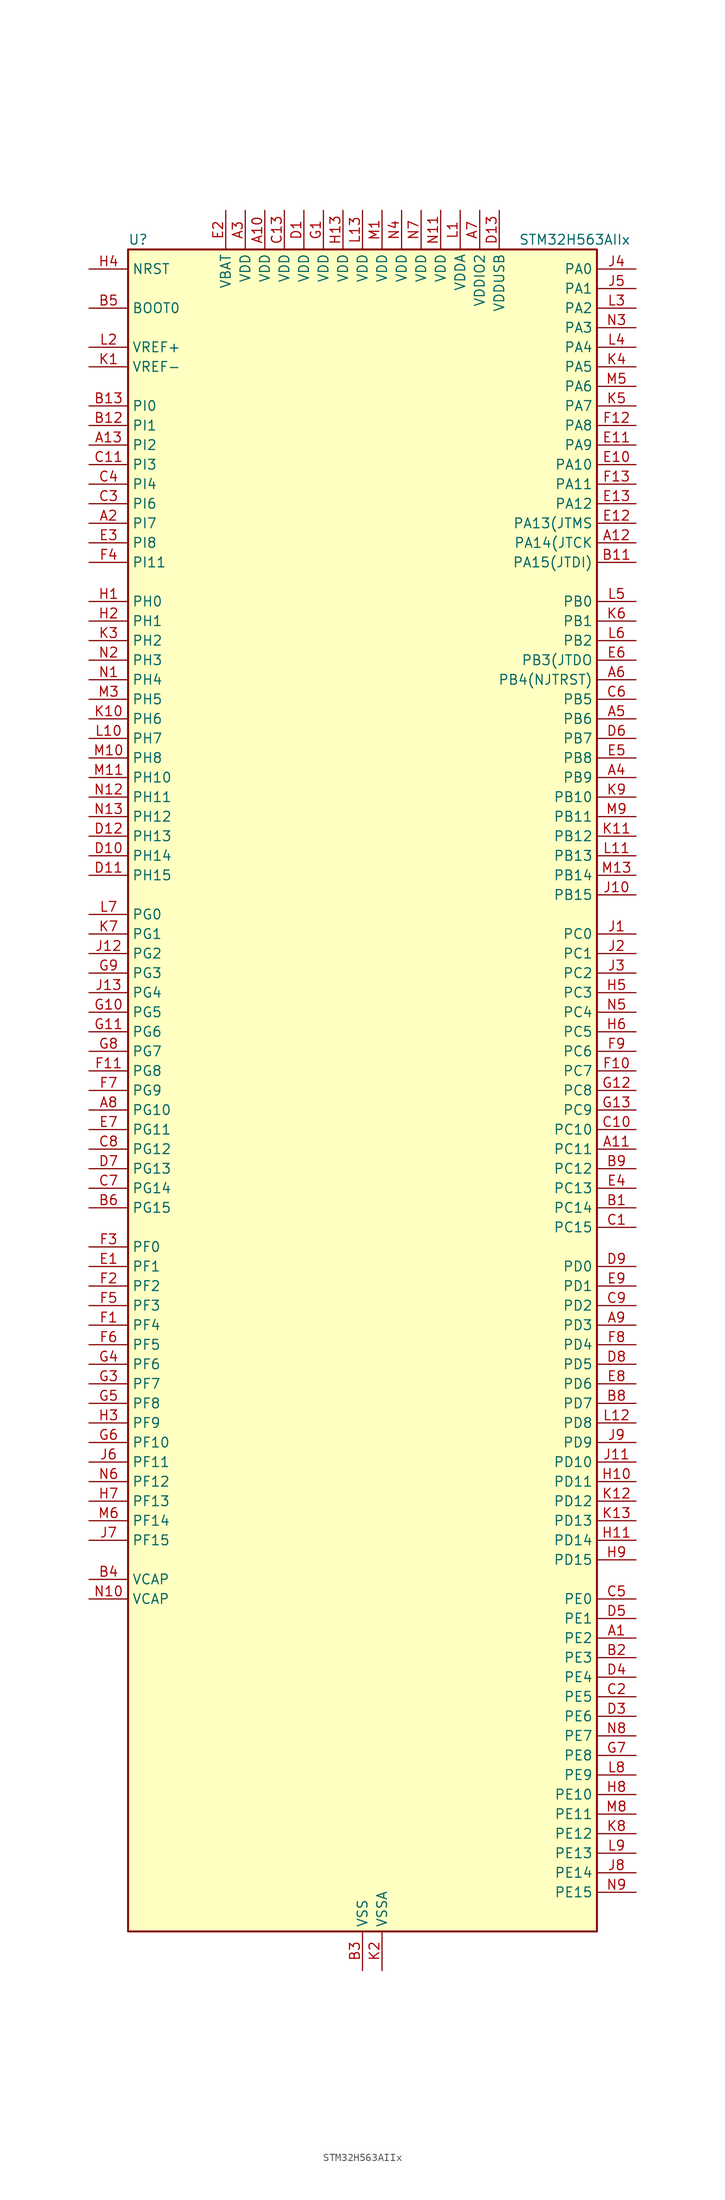
<source format=kicad_sym>
(kicad_symbol_lib
  (version 20231120)
  (generator "kicad_symbol_editor")
  (generator_version "8.0")
  (symbol "STM32H563AIIx"
    (property "Reference" "U"
      (at -30.48 110.49 0)
      (effects (font (size 1.27 1.27)) (justify left)))
    (property "Value" "STM32H563AIIx"
      (at 20.32 110.49 0)
      (effects (font (size 1.27 1.27)) (justify left)))
    (property "ki_locked" ""
      (at 0 0 0)
      (effects (font (size 1.27 1.27))))
    (symbol "STM32H563AIIx_0_1"
      (rectangle (start -30.48 -109.22) (end 30.48 109.22) (stroke (width 0.254) (type default)) (fill (type background))))
    (symbol "STM32H563AIIx_1_1"
      (pin bidirectional line (at 35.56 -71.12 180) (length 5.08) (name "PE2" (effects (font (size 1.27 1.27)))) (number "A1" (effects (font (size 1.27 1.27)))) (alternate "DCMI_D3" bidirectional line) (alternate "DEBUG_TRACECLK" bidirectional line) (alternate "ETH_TXD3" bidirectional line) (alternate "FMC_A23" bidirectional line) (alternate "LPTIM1_IN2" bidirectional line) (alternate "OCTOSPI1_IO2" bidirectional line) (alternate "PSSI_D3" bidirectional line) (alternate "SAI1_CK1" bidirectional line) (alternate "SAI1_MCLK_A" bidirectional line) (alternate "SPI4_SCK" bidirectional line) (alternate "UART8_TX" bidirectional line) (alternate "USART10_RX" bidirectional line))
      (pin power_in line (at -12.7 114.3 270) (length 5.08) (name "VDD" (effects (font (size 1.27 1.27)))) (number "A10" (effects (font (size 1.27 1.27)))))
      (pin bidirectional line (at 35.56 -7.62 180) (length 5.08) (name "PC11" (effects (font (size 1.27 1.27)))) (number "A11" (effects (font (size 1.27 1.27)))) (alternate "ADC1_EXTI11" bidirectional line) (alternate "ADC2_EXTI11" bidirectional line) (alternate "DCMI_D4" bidirectional line) (alternate "I2S3_SDI" bidirectional line) (alternate "LPTIM3_IN1" bidirectional line) (alternate "OCTOSPI1_NCS" bidirectional line) (alternate "PSSI_D4" bidirectional line) (alternate "SDMMC1_D3" bidirectional line) (alternate "SPI3_MISO" bidirectional line) (alternate "UART4_RX" bidirectional line) (alternate "USART3_RX" bidirectional line))
      (pin bidirectional line (at 35.56 71.12 180) (length 5.08) (name "PA14(JTCK" (effects (font (size 1.27 1.27)))) (number "A12" (effects (font (size 1.27 1.27)))) (alternate "DEBUG_JTCK-SWCLK" bidirectional line))
      (pin bidirectional line (at -35.56 83.82 0) (length 5.08) (name "PI2" (effects (font (size 1.27 1.27)))) (number "A13" (effects (font (size 1.27 1.27)))) (alternate "DCMI_D9" bidirectional line) (alternate "I2S2_SDI" bidirectional line) (alternate "PSSI_D9" bidirectional line) (alternate "SPI2_MISO" bidirectional line) (alternate "TIM8_CH4" bidirectional line))
      (pin bidirectional line (at -35.56 73.66 0) (length 5.08) (name "PI7" (effects (font (size 1.27 1.27)))) (number "A2" (effects (font (size 1.27 1.27)))) (alternate "DCMI_D7" bidirectional line) (alternate "PSSI_D7" bidirectional line) (alternate "SAI2_FS_A" bidirectional line) (alternate "TIM8_CH3" bidirectional line))
      (pin power_in line (at -15.24 114.3 270) (length 5.08) (name "VDD" (effects (font (size 1.27 1.27)))) (number "A3" (effects (font (size 1.27 1.27)))))
      (pin bidirectional line (at 35.56 40.64 180) (length 5.08) (name "PB9" (effects (font (size 1.27 1.27)))) (number "A4" (effects (font (size 1.27 1.27)))) (alternate "DAC1_EXTI9" bidirectional line) (alternate "DCMI_D7" bidirectional line) (alternate "FDCAN1_TX" bidirectional line) (alternate "I2C1_SDA" bidirectional line) (alternate "I2C4_SDA" bidirectional line) (alternate "I2S2_WS" bidirectional line) (alternate "I3C1_SDA" bidirectional line) (alternate "PSSI_D7" bidirectional line) (alternate "SDMMC1_CDIR" bidirectional line) (alternate "SDMMC1_D5" bidirectional line) (alternate "SDMMC2_CKIN" bidirectional line) (alternate "SDMMC2_D5" bidirectional line) (alternate "SPI2_NSS" bidirectional line) (alternate "TIM17_CH1" bidirectional line) (alternate "TIM4_CH4" bidirectional line) (alternate "UART4_TX" bidirectional line))
      (pin bidirectional line (at 35.56 48.26 180) (length 5.08) (name "PB6" (effects (font (size 1.27 1.27)))) (number "A5" (effects (font (size 1.27 1.27)))) (alternate "CEC" bidirectional line) (alternate "DCMI_D5" bidirectional line) (alternate "FDCAN2_TX" bidirectional line) (alternate "FMC_SDNE1" bidirectional line) (alternate "I2C1_SCL" bidirectional line) (alternate "I2C4_SCL" bidirectional line) (alternate "I3C1_SCL" bidirectional line) (alternate "LPUART1_TX" bidirectional line) (alternate "OCTOSPI1_NCS" bidirectional line) (alternate "PSSI_D5" bidirectional line) (alternate "TIM16_CH1N" bidirectional line) (alternate "TIM4_CH1" bidirectional line) (alternate "UART5_TX" bidirectional line) (alternate "USART1_TX" bidirectional line))
      (pin bidirectional line (at 35.56 53.34 180) (length 5.08) (name "PB4(NJTRST)" (effects (font (size 1.27 1.27)))) (number "A6" (effects (font (size 1.27 1.27)))) (alternate "DCMI_D7" bidirectional line) (alternate "DEBUG_JTRST" bidirectional line) (alternate "I2S1_SDI" bidirectional line) (alternate "I2S2_WS" bidirectional line) (alternate "I2S3_SDI" bidirectional line) (alternate "LPTIM1_CH2" bidirectional line) (alternate "OCTOSPI1_CLK" bidirectional line) (alternate "PSSI_D7" bidirectional line) (alternate "SDMMC2_D3" bidirectional line) (alternate "SPI1_MISO" bidirectional line) (alternate "SPI2_NSS" bidirectional line) (alternate "SPI3_MISO" bidirectional line) (alternate "SPI6_MISO" bidirectional line) (alternate "TIM16_BKIN" bidirectional line) (alternate "TIM3_CH1" bidirectional line) (alternate "UART7_TX" bidirectional line))
      (pin power_in line (at 15.24 114.3 270) (length 5.08) (name "VDDIO2" (effects (font (size 1.27 1.27)))) (number "A7" (effects (font (size 1.27 1.27)))))
      (pin bidirectional line (at -35.56 -2.54 0) (length 5.08) (name "PG10" (effects (font (size 1.27 1.27)))) (number "A8" (effects (font (size 1.27 1.27)))) (alternate "DCMI_D2" bidirectional line) (alternate "FMC_NE3" bidirectional line) (alternate "I2S1_WS" bidirectional line) (alternate "PSSI_D2" bidirectional line) (alternate "SAI2_SD_B" bidirectional line) (alternate "SDMMC2_D1" bidirectional line) (alternate "SPI1_NSS" bidirectional line))
      (pin bidirectional line (at 35.56 -30.48 180) (length 5.08) (name "PD3" (effects (font (size 1.27 1.27)))) (number "A9" (effects (font (size 1.27 1.27)))) (alternate "DCMI_D5" bidirectional line) (alternate "FMC_CLK" bidirectional line) (alternate "I2S2_CK" bidirectional line) (alternate "PSSI_D5" bidirectional line) (alternate "PWR_WKUP8" bidirectional line) (alternate "SPI2_SCK" bidirectional line) (alternate "USART2_CTS" bidirectional line) (alternate "USART2_NSS" bidirectional line))
      (pin bidirectional line (at 35.56 -15.24 180) (length 5.08) (name "PC14" (effects (font (size 1.27 1.27)))) (number "B1" (effects (font (size 1.27 1.27)))) (alternate "RCC_OSC32_IN" bidirectional line))
      (pin passive line (at 0 -114.3 90) (length 5.08) hide (name "VSS" (effects (font (size 1.27 1.27)))) (number "B10" (effects (font (size 1.27 1.27)))))
      (pin bidirectional line (at 35.56 68.58 180) (length 5.08) (name "PA15(JTDI)" (effects (font (size 1.27 1.27)))) (number "B11" (effects (font (size 1.27 1.27)))) (alternate "ADC1_EXTI15" bidirectional line) (alternate "ADC2_EXTI15" bidirectional line) (alternate "CEC" bidirectional line) (alternate "DCMI_D11" bidirectional line) (alternate "DEBUG_JTDI" bidirectional line) (alternate "FMC_NBL1" bidirectional line) (alternate "I2S1_WS" bidirectional line) (alternate "I2S3_WS" bidirectional line) (alternate "LPTIM3_IN2" bidirectional line) (alternate "PSSI_D11" bidirectional line) (alternate "SPI1_NSS" bidirectional line) (alternate "SPI3_NSS" bidirectional line) (alternate "SPI6_NSS" bidirectional line) (alternate "TIM2_CH1" bidirectional line) (alternate "TIM2_ETR" bidirectional line) (alternate "UART4_DE" bidirectional line) (alternate "UART4_RTS" bidirectional line) (alternate "UART7_TX" bidirectional line))
      (pin bidirectional line (at -35.56 86.36 0) (length 5.08) (name "PI1" (effects (font (size 1.27 1.27)))) (number "B12" (effects (font (size 1.27 1.27)))) (alternate "DCMI_D8" bidirectional line) (alternate "I2S2_CK" bidirectional line) (alternate "PSSI_D8" bidirectional line) (alternate "SPI2_SCK" bidirectional line) (alternate "TIM8_BKIN2" bidirectional line))
      (pin bidirectional line (at -35.56 88.9 0) (length 5.08) (name "PI0" (effects (font (size 1.27 1.27)))) (number "B13" (effects (font (size 1.27 1.27)))) (alternate "DCMI_D13" bidirectional line) (alternate "I2S2_WS" bidirectional line) (alternate "PSSI_D13" bidirectional line) (alternate "SPI2_NSS" bidirectional line) (alternate "TIM5_CH4" bidirectional line))
      (pin bidirectional line (at 35.56 -73.66 180) (length 5.08) (name "PE3" (effects (font (size 1.27 1.27)))) (number "B2" (effects (font (size 1.27 1.27)))) (alternate "DEBUG_TRACED0" bidirectional line) (alternate "FMC_A19" bidirectional line) (alternate "SAI1_SD_B" bidirectional line) (alternate "TAMP_IN6" bidirectional line) (alternate "TAMP_OUT3" bidirectional line) (alternate "TIM15_BKIN" bidirectional line) (alternate "USART10_TX" bidirectional line))
      (pin power_in line (at 0 -114.3 90) (length 5.08) (name "VSS" (effects (font (size 1.27 1.27)))) (number "B3" (effects (font (size 1.27 1.27)))))
      (pin power_out line (at -35.56 -63.5 0) (length 5.08) (name "VCAP" (effects (font (size 1.27 1.27)))) (number "B4" (effects (font (size 1.27 1.27)))))
      (pin input line (at -35.56 101.6 0) (length 5.08) (name "BOOT0" (effects (font (size 1.27 1.27)))) (number "B5" (effects (font (size 1.27 1.27)))))
      (pin bidirectional line (at -35.56 -15.24 0) (length 5.08) (name "PG15" (effects (font (size 1.27 1.27)))) (number "B6" (effects (font (size 1.27 1.27)))) (alternate "ADC1_EXTI15" bidirectional line) (alternate "ADC2_EXTI15" bidirectional line) (alternate "DCMI_D13" bidirectional line) (alternate "FMC_SDNCAS" bidirectional line) (alternate "PSSI_D13" bidirectional line) (alternate "SPI4_RDY" bidirectional line) (alternate "USART10_CK" bidirectional line) (alternate "USART6_CTS" bidirectional line) (alternate "USART6_NSS" bidirectional line))
      (pin passive line (at 0 -114.3 90) (length 5.08) hide (name "VSS" (effects (font (size 1.27 1.27)))) (number "B7" (effects (font (size 1.27 1.27)))))
      (pin bidirectional line (at 35.56 -40.64 180) (length 5.08) (name "PD7" (effects (font (size 1.27 1.27)))) (number "B8" (effects (font (size 1.27 1.27)))) (alternate "FMC_NCE" bidirectional line) (alternate "FMC_NE1" bidirectional line) (alternate "I2S1_SDO" bidirectional line) (alternate "LPTIM4_OUT" bidirectional line) (alternate "OCTOSPI1_IO7" bidirectional line) (alternate "SDMMC2_CMD" bidirectional line) (alternate "SPI1_MOSI" bidirectional line) (alternate "USART2_CK" bidirectional line))
      (pin bidirectional line (at 35.56 -10.16 180) (length 5.08) (name "PC12" (effects (font (size 1.27 1.27)))) (number "B9" (effects (font (size 1.27 1.27)))) (alternate "DCMI_D9" bidirectional line) (alternate "DEBUG_TRACED3" bidirectional line) (alternate "I2S3_SDO" bidirectional line) (alternate "PSSI_D9" bidirectional line) (alternate "SDMMC1_CK" bidirectional line) (alternate "SPI3_MOSI" bidirectional line) (alternate "SPI6_SCK" bidirectional line) (alternate "TIM15_CH1" bidirectional line) (alternate "UART5_TX" bidirectional line) (alternate "USART3_CK" bidirectional line))
      (pin bidirectional line (at 35.56 -17.78 180) (length 5.08) (name "PC15" (effects (font (size 1.27 1.27)))) (number "C1" (effects (font (size 1.27 1.27)))) (alternate "ADC1_EXTI15" bidirectional line) (alternate "ADC2_EXTI15" bidirectional line) (alternate "RCC_OSC32_OUT" bidirectional line))
      (pin bidirectional line (at 35.56 -5.08 180) (length 5.08) (name "PC10" (effects (font (size 1.27 1.27)))) (number "C10" (effects (font (size 1.27 1.27)))) (alternate "DCMI_D8" bidirectional line) (alternate "ETH_TXD0" bidirectional line) (alternate "I2S3_CK" bidirectional line) (alternate "LPTIM3_ETR" bidirectional line) (alternate "OCTOSPI1_IO1" bidirectional line) (alternate "PSSI_D8" bidirectional line) (alternate "SDMMC1_D2" bidirectional line) (alternate "SPI3_SCK" bidirectional line) (alternate "UART4_TX" bidirectional line) (alternate "USART3_TX" bidirectional line))
      (pin bidirectional line (at -35.56 81.28 0) (length 5.08) (name "PI3" (effects (font (size 1.27 1.27)))) (number "C11" (effects (font (size 1.27 1.27)))) (alternate "DCMI_D10" bidirectional line) (alternate "I2S2_SDO" bidirectional line) (alternate "PSSI_D10" bidirectional line) (alternate "SPI2_MOSI" bidirectional line) (alternate "TIM8_ETR" bidirectional line))
      (pin passive line (at 0 -114.3 90) (length 5.08) hide (name "VSS" (effects (font (size 1.27 1.27)))) (number "C12" (effects (font (size 1.27 1.27)))))
      (pin power_in line (at -10.16 114.3 270) (length 5.08) (name "VDD" (effects (font (size 1.27 1.27)))) (number "C13" (effects (font (size 1.27 1.27)))))
      (pin bidirectional line (at 35.56 -78.74 180) (length 5.08) (name "PE5" (effects (font (size 1.27 1.27)))) (number "C2" (effects (font (size 1.27 1.27)))) (alternate "DCMI_D6" bidirectional line) (alternate "DEBUG_TRACED2" bidirectional line) (alternate "FMC_A21" bidirectional line) (alternate "PSSI_D6" bidirectional line) (alternate "SAI1_CK2" bidirectional line) (alternate "SAI1_SCK_A" bidirectional line) (alternate "SPI4_MISO" bidirectional line) (alternate "TAMP_IN8" bidirectional line) (alternate "TAMP_OUT7" bidirectional line) (alternate "TIM15_CH1" bidirectional line))
      (pin bidirectional line (at -35.56 76.2 0) (length 5.08) (name "PI6" (effects (font (size 1.27 1.27)))) (number "C3" (effects (font (size 1.27 1.27)))) (alternate "DCMI_D6" bidirectional line) (alternate "PSSI_D6" bidirectional line) (alternate "SAI2_SD_A" bidirectional line) (alternate "TIM8_CH2" bidirectional line))
      (pin bidirectional line (at -35.56 78.74 0) (length 5.08) (name "PI4" (effects (font (size 1.27 1.27)))) (number "C4" (effects (font (size 1.27 1.27)))) (alternate "DCMI_D5" bidirectional line) (alternate "PSSI_D5" bidirectional line) (alternate "SAI2_MCLK_A" bidirectional line) (alternate "SPI2_RDY" bidirectional line) (alternate "TIM8_BKIN" bidirectional line))
      (pin bidirectional line (at 35.56 -66.04 180) (length 5.08) (name "PE0" (effects (font (size 1.27 1.27)))) (number "C5" (effects (font (size 1.27 1.27)))) (alternate "DCMI_D2" bidirectional line) (alternate "FDCAN1_RX" bidirectional line) (alternate "FMC_NBL0" bidirectional line) (alternate "LPTIM1_ETR" bidirectional line) (alternate "LPTIM2_CH2" bidirectional line) (alternate "LPTIM2_ETR" bidirectional line) (alternate "PSSI_D2" bidirectional line) (alternate "SAI2_MCLK_A" bidirectional line) (alternate "SPI3_RDY" bidirectional line) (alternate "TIM4_ETR" bidirectional line) (alternate "UART8_RX" bidirectional line))
      (pin bidirectional line (at 35.56 50.8 180) (length 5.08) (name "PB5" (effects (font (size 1.27 1.27)))) (number "C6" (effects (font (size 1.27 1.27)))) (alternate "DCMI_D10" bidirectional line) (alternate "ETH_PPS_OUT" bidirectional line) (alternate "FDCAN2_RX" bidirectional line) (alternate "FMC_SDCKE1" bidirectional line) (alternate "I2C1_SMBA" bidirectional line) (alternate "I2C4_SMBA" bidirectional line) (alternate "I2S1_SDO" bidirectional line) (alternate "I2S3_SDO" bidirectional line) (alternate "OCTOSPI1_NCLK" bidirectional line) (alternate "PSSI_D10" bidirectional line) (alternate "SPI1_MOSI" bidirectional line) (alternate "SPI3_MOSI" bidirectional line) (alternate "SPI6_MOSI" bidirectional line) (alternate "TIM17_BKIN" bidirectional line) (alternate "TIM3_CH2" bidirectional line) (alternate "UART5_RX" bidirectional line))
      (pin bidirectional line (at -35.56 -12.7 0) (length 5.08) (name "PG14" (effects (font (size 1.27 1.27)))) (number "C7" (effects (font (size 1.27 1.27)))) (alternate "DEBUG_TRACED1" bidirectional line) (alternate "ETH_TXD1" bidirectional line) (alternate "FMC_A25" bidirectional line) (alternate "LPTIM1_CH2" bidirectional line) (alternate "LPTIM1_ETR" bidirectional line) (alternate "LPTIM5_IN1" bidirectional line) (alternate "OCTOSPI1_IO7" bidirectional line) (alternate "SDMMC2_D7" bidirectional line) (alternate "SPI6_MOSI" bidirectional line) (alternate "USART10_RTS" bidirectional line) (alternate "USART6_TX" bidirectional line))
      (pin bidirectional line (at -35.56 -7.62 0) (length 5.08) (name "PG12" (effects (font (size 1.27 1.27)))) (number "C8" (effects (font (size 1.27 1.27)))) (alternate "DCMI_D11" bidirectional line) (alternate "ETH_TXD1" bidirectional line) (alternate "FMC_NE4" bidirectional line) (alternate "LPTIM1_IN1" bidirectional line) (alternate "LPTIM5_CH1" bidirectional line) (alternate "PSSI_D11" bidirectional line) (alternate "PSSI_D15" bidirectional line) (alternate "SDMMC2_D3" bidirectional line) (alternate "SPI6_MISO" bidirectional line) (alternate "USART10_TX" bidirectional line) (alternate "USART6_RTS" bidirectional line))
      (pin bidirectional line (at 35.56 -27.94 180) (length 5.08) (name "PD2" (effects (font (size 1.27 1.27)))) (number "C9" (effects (font (size 1.27 1.27)))) (alternate "DCMI_D11" bidirectional line) (alternate "DEBUG_TRACED2" bidirectional line) (alternate "LPTIM4_ETR" bidirectional line) (alternate "PSSI_D11" bidirectional line) (alternate "PWR_WKUP7" bidirectional line) (alternate "SDMMC1_CMD" bidirectional line) (alternate "TIM15_BKIN" bidirectional line) (alternate "TIM3_ETR" bidirectional line) (alternate "UART5_RX" bidirectional line))
      (pin power_in line (at -7.62 114.3 270) (length 5.08) (name "VDD" (effects (font (size 1.27 1.27)))) (number "D1" (effects (font (size 1.27 1.27)))))
      (pin bidirectional line (at -35.56 30.48 0) (length 5.08) (name "PH14" (effects (font (size 1.27 1.27)))) (number "D10" (effects (font (size 1.27 1.27)))) (alternate "DCMI_D4" bidirectional line) (alternate "FDCAN1_RX" bidirectional line) (alternate "PSSI_D4" bidirectional line) (alternate "TIM8_CH2N" bidirectional line) (alternate "UART4_RX" bidirectional line))
      (pin bidirectional line (at -35.56 27.94 0) (length 5.08) (name "PH15" (effects (font (size 1.27 1.27)))) (number "D11" (effects (font (size 1.27 1.27)))) (alternate "ADC1_EXTI15" bidirectional line) (alternate "ADC2_EXTI15" bidirectional line) (alternate "DCMI_D11" bidirectional line) (alternate "PSSI_D11" bidirectional line) (alternate "TIM8_CH3N" bidirectional line))
      (pin bidirectional line (at -35.56 33.02 0) (length 5.08) (name "PH13" (effects (font (size 1.27 1.27)))) (number "D12" (effects (font (size 1.27 1.27)))) (alternate "DCMI_D3" bidirectional line) (alternate "FDCAN1_TX" bidirectional line) (alternate "LPTIM1_IN2" bidirectional line) (alternate "PSSI_D3" bidirectional line) (alternate "TIM8_CH1N" bidirectional line) (alternate "UART4_TX" bidirectional line) (alternate "UART8_TX" bidirectional line))
      (pin power_in line (at 17.78 114.3 270) (length 5.08) (name "VDDUSB" (effects (font (size 1.27 1.27)))) (number "D13" (effects (font (size 1.27 1.27)))))
      (pin passive line (at 0 -114.3 90) (length 5.08) hide (name "VSS" (effects (font (size 1.27 1.27)))) (number "D2" (effects (font (size 1.27 1.27)))))
      (pin bidirectional line (at 35.56 -81.28 180) (length 5.08) (name "PE6" (effects (font (size 1.27 1.27)))) (number "D3" (effects (font (size 1.27 1.27)))) (alternate "DCMI_D7" bidirectional line) (alternate "DEBUG_TRACED3" bidirectional line) (alternate "FMC_A22" bidirectional line) (alternate "PSSI_D7" bidirectional line) (alternate "SAI1_D1" bidirectional line) (alternate "SAI1_SD_A" bidirectional line) (alternate "SAI2_MCLK_B" bidirectional line) (alternate "SPI4_MOSI" bidirectional line) (alternate "TAMP_IN3" bidirectional line) (alternate "TAMP_OUT6" bidirectional line) (alternate "TIM15_CH2" bidirectional line) (alternate "TIM1_BKIN2" bidirectional line))
      (pin bidirectional line (at 35.56 -76.2 180) (length 5.08) (name "PE4" (effects (font (size 1.27 1.27)))) (number "D4" (effects (font (size 1.27 1.27)))) (alternate "DCMI_D4" bidirectional line) (alternate "DEBUG_TRACED1" bidirectional line) (alternate "FMC_A20" bidirectional line) (alternate "PSSI_D4" bidirectional line) (alternate "SAI1_D2" bidirectional line) (alternate "SAI1_FS_A" bidirectional line) (alternate "SPI4_NSS" bidirectional line) (alternate "TAMP_IN7" bidirectional line) (alternate "TAMP_OUT8" bidirectional line) (alternate "TIM15_CH1N" bidirectional line))
      (pin bidirectional line (at 35.56 -68.58 180) (length 5.08) (name "PE1" (effects (font (size 1.27 1.27)))) (number "D5" (effects (font (size 1.27 1.27)))) (alternate "DCMI_D3" bidirectional line) (alternate "FDCAN1_TX" bidirectional line) (alternate "FMC_NBL1" bidirectional line) (alternate "LPTIM1_IN2" bidirectional line) (alternate "PSSI_D3" bidirectional line) (alternate "UART8_TX" bidirectional line))
      (pin bidirectional line (at 35.56 45.72 180) (length 5.08) (name "PB7" (effects (font (size 1.27 1.27)))) (number "D6" (effects (font (size 1.27 1.27)))) (alternate "DCMI_VSYNC" bidirectional line) (alternate "FDCAN1_TX" bidirectional line) (alternate "FMC_NL" bidirectional line) (alternate "I2C1_SDA" bidirectional line) (alternate "I2C4_SDA" bidirectional line) (alternate "I3C1_SDA" bidirectional line) (alternate "LPUART1_RX" bidirectional line) (alternate "PSSI_RDY" bidirectional line) (alternate "PWR_WKUP5" bidirectional line) (alternate "SDMMC2_CKIN" bidirectional line) (alternate "SDMMC2_D5" bidirectional line) (alternate "TIM17_CH1N" bidirectional line) (alternate "TIM4_CH2" bidirectional line) (alternate "USART1_RX" bidirectional line))
      (pin bidirectional line (at -35.56 -10.16 0) (length 5.08) (name "PG13" (effects (font (size 1.27 1.27)))) (number "D7" (effects (font (size 1.27 1.27)))) (alternate "DEBUG_TRACED0" bidirectional line) (alternate "ETH_TXD0" bidirectional line) (alternate "FMC_A24" bidirectional line) (alternate "LPTIM1_CH1" bidirectional line) (alternate "LPTIM5_CH2" bidirectional line) (alternate "SDMMC2_D6" bidirectional line) (alternate "SPI6_SCK" bidirectional line) (alternate "USART10_CTS" bidirectional line) (alternate "USART10_NSS" bidirectional line) (alternate "USART6_CTS" bidirectional line) (alternate "USART6_NSS" bidirectional line))
      (pin bidirectional line (at 35.56 -35.56 180) (length 5.08) (name "PD5" (effects (font (size 1.27 1.27)))) (number "D8" (effects (font (size 1.27 1.27)))) (alternate "FDCAN1_TX" bidirectional line) (alternate "FMC_NWE" bidirectional line) (alternate "OCTOSPI1_IO5" bidirectional line) (alternate "SPI2_RDY" bidirectional line) (alternate "TIM1_CH4N" bidirectional line) (alternate "USART2_TX" bidirectional line))
      (pin bidirectional line (at 35.56 -22.86 180) (length 5.08) (name "PD0" (effects (font (size 1.27 1.27)))) (number "D9" (effects (font (size 1.27 1.27)))) (alternate "FDCAN1_RX" bidirectional line) (alternate "FMC_D2" bidirectional line) (alternate "FMC_DA2" bidirectional line) (alternate "TIM8_CH4N" bidirectional line) (alternate "UART4_RX" bidirectional line) (alternate "UART9_CTS" bidirectional line))
      (pin bidirectional line (at -35.56 -22.86 0) (length 5.08) (name "PF1" (effects (font (size 1.27 1.27)))) (number "E1" (effects (font (size 1.27 1.27)))) (alternate "FMC_A1" bidirectional line) (alternate "I2C2_SCL" bidirectional line) (alternate "LPTIM5_CH2" bidirectional line))
      (pin bidirectional line (at 35.56 81.28 180) (length 5.08) (name "PA10" (effects (font (size 1.27 1.27)))) (number "E10" (effects (font (size 1.27 1.27)))) (alternate "DCMI_D1" bidirectional line) (alternate "FDCAN2_TX" bidirectional line) (alternate "LPTIM2_IN2" bidirectional line) (alternate "LPUART1_RX" bidirectional line) (alternate "PSSI_D1" bidirectional line) (alternate "SDMMC1_D0" bidirectional line) (alternate "TIM1_CH3" bidirectional line) (alternate "UCPD1_FRSTX" bidirectional line) (alternate "USART1_RX" bidirectional line))
      (pin bidirectional line (at 35.56 83.82 180) (length 5.08) (name "PA9" (effects (font (size 1.27 1.27)))) (number "E11" (effects (font (size 1.27 1.27)))) (alternate "DAC1_EXTI9" bidirectional line) (alternate "DCMI_D0" bidirectional line) (alternate "ETH_TX_ER" bidirectional line) (alternate "FMC_NWE" bidirectional line) (alternate "I2C3_SMBA" bidirectional line) (alternate "I2S2_CK" bidirectional line) (alternate "LPUART1_TX" bidirectional line) (alternate "PSSI_D0" bidirectional line) (alternate "SPI2_SCK" bidirectional line) (alternate "TIM1_CH2" bidirectional line) (alternate "UCPD1_DB1" bidirectional line) (alternate "USART1_TX" bidirectional line))
      (pin bidirectional line (at 35.56 73.66 180) (length 5.08) (name "PA13(JTMS" (effects (font (size 1.27 1.27)))) (number "E12" (effects (font (size 1.27 1.27)))) (alternate "DEBUG_JTMS-SWDIO" bidirectional line))
      (pin bidirectional line (at 35.56 76.2 180) (length 5.08) (name "PA12" (effects (font (size 1.27 1.27)))) (number "E13" (effects (font (size 1.27 1.27)))) (alternate "FDCAN1_TX" bidirectional line) (alternate "I2S2_CK" bidirectional line) (alternate "LPUART1_RTS" bidirectional line) (alternate "SAI2_FS_B" bidirectional line) (alternate "SPI2_SCK" bidirectional line) (alternate "TIM1_ETR" bidirectional line) (alternate "UART4_TX" bidirectional line) (alternate "USART1_RTS" bidirectional line) (alternate "USB_DP" bidirectional line))
      (pin power_in line (at -17.78 114.3 270) (length 5.08) (name "VBAT" (effects (font (size 1.27 1.27)))) (number "E2" (effects (font (size 1.27 1.27)))))
      (pin bidirectional line (at -35.56 71.12 0) (length 5.08) (name "PI8" (effects (font (size 1.27 1.27)))) (number "E3" (effects (font (size 1.27 1.27)))) (alternate "PWR_WKUP3" bidirectional line) (alternate "RTC_OUT2" bidirectional line) (alternate "TAMP_IN2" bidirectional line) (alternate "TAMP_OUT3" bidirectional line))
      (pin bidirectional line (at 35.56 -12.7 180) (length 5.08) (name "PC13" (effects (font (size 1.27 1.27)))) (number "E4" (effects (font (size 1.27 1.27)))) (alternate "PWR_WKUP4" bidirectional line) (alternate "RTC_OUT1" bidirectional line) (alternate "RTC_TS" bidirectional line) (alternate "TAMP_IN1" bidirectional line) (alternate "TAMP_OUT2" bidirectional line) (alternate "TAMP_OUT3" bidirectional line))
      (pin bidirectional line (at 35.56 43.18 180) (length 5.08) (name "PB8" (effects (font (size 1.27 1.27)))) (number "E5" (effects (font (size 1.27 1.27)))) (alternate "DCMI_D6" bidirectional line) (alternate "ETH_TXD3" bidirectional line) (alternate "FDCAN1_RX" bidirectional line) (alternate "I2C1_SCL" bidirectional line) (alternate "I2C4_SCL" bidirectional line) (alternate "I3C1_SCL" bidirectional line) (alternate "PSSI_D6" bidirectional line) (alternate "SDMMC1_CKIN" bidirectional line) (alternate "SDMMC1_D4" bidirectional line) (alternate "SDMMC2_D4" bidirectional line) (alternate "SPI4_RDY" bidirectional line) (alternate "TIM16_CH1" bidirectional line) (alternate "TIM4_CH3" bidirectional line) (alternate "UART4_RX" bidirectional line))
      (pin bidirectional line (at 35.56 55.88 180) (length 5.08) (name "PB3(JTDO" (effects (font (size 1.27 1.27)))) (number "E6" (effects (font (size 1.27 1.27)))) (alternate "CRS_SYNC" bidirectional line) (alternate "DEBUG_JTDO-SWO" bidirectional line) (alternate "I2C2_SDA" bidirectional line) (alternate "I2S1_CK" bidirectional line) (alternate "I2S3_CK" bidirectional line) (alternate "LPTIM6_ETR" bidirectional line) (alternate "SDMMC2_D2" bidirectional line) (alternate "SPI1_SCK" bidirectional line) (alternate "SPI3_SCK" bidirectional line) (alternate "SPI6_SCK" bidirectional line) (alternate "TIM2_CH2" bidirectional line) (alternate "UART12_CTS" bidirectional line) (alternate "UART7_RX" bidirectional line))
      (pin bidirectional line (at -35.56 -5.08 0) (length 5.08) (name "PG11" (effects (font (size 1.27 1.27)))) (number "E7" (effects (font (size 1.27 1.27)))) (alternate "ADC1_EXTI11" bidirectional line) (alternate "ADC2_EXTI11" bidirectional line) (alternate "DCMI_D3" bidirectional line) (alternate "ETH_TX_EN" bidirectional line) (alternate "I2S1_CK" bidirectional line) (alternate "LPTIM1_IN2" bidirectional line) (alternate "PSSI_D3" bidirectional line) (alternate "SDMMC2_D2" bidirectional line) (alternate "SPI1_SCK" bidirectional line) (alternate "USART10_RX" bidirectional line) (alternate "USART11_RTS" bidirectional line))
      (pin bidirectional line (at 35.56 -38.1 180) (length 5.08) (name "PD6" (effects (font (size 1.27 1.27)))) (number "E8" (effects (font (size 1.27 1.27)))) (alternate "DCMI_D10" bidirectional line) (alternate "FMC_NWAIT" bidirectional line) (alternate "I2S3_SDO" bidirectional line) (alternate "OCTOSPI1_IO6" bidirectional line) (alternate "PSSI_D10" bidirectional line) (alternate "SAI1_D1" bidirectional line) (alternate "SAI1_SD_A" bidirectional line) (alternate "SDMMC2_CK" bidirectional line) (alternate "SPI3_MOSI" bidirectional line) (alternate "USART2_RX" bidirectional line))
      (pin bidirectional line (at 35.56 -25.4 180) (length 5.08) (name "PD1" (effects (font (size 1.27 1.27)))) (number "E9" (effects (font (size 1.27 1.27)))) (alternate "FDCAN1_TX" bidirectional line) (alternate "FMC_D3" bidirectional line) (alternate "FMC_DA3" bidirectional line) (alternate "UART4_TX" bidirectional line))
      (pin bidirectional line (at -35.56 -30.48 0) (length 5.08) (name "PF4" (effects (font (size 1.27 1.27)))) (number "F1" (effects (font (size 1.27 1.27)))) (alternate "FMC_A4" bidirectional line) (alternate "LPTIM3_ETR" bidirectional line) (alternate "USART11_RX" bidirectional line))
      (pin bidirectional line (at 35.56 2.54 180) (length 5.08) (name "PC7" (effects (font (size 1.27 1.27)))) (number "F10" (effects (font (size 1.27 1.27)))) (alternate "DCMI_D1" bidirectional line) (alternate "DEBUG_TRGIO" bidirectional line) (alternate "FMC_NE1" bidirectional line) (alternate "I2S3_MCK" bidirectional line) (alternate "OCTOSPI1_IO6" bidirectional line) (alternate "PSSI_D1" bidirectional line) (alternate "SDMMC1_D123DIR" bidirectional line) (alternate "SDMMC1_D7" bidirectional line) (alternate "SDMMC2_D7" bidirectional line) (alternate "TIM3_CH2" bidirectional line) (alternate "TIM8_CH2" bidirectional line) (alternate "USART6_RX" bidirectional line))
      (pin bidirectional line (at -35.56 2.54 0) (length 5.08) (name "PG8" (effects (font (size 1.27 1.27)))) (number "F11" (effects (font (size 1.27 1.27)))) (alternate "ETH_PPS_OUT" bidirectional line) (alternate "FMC_SDCLK" bidirectional line) (alternate "SPI6_NSS" bidirectional line) (alternate "TIM8_ETR" bidirectional line) (alternate "USART6_RTS" bidirectional line))
      (pin bidirectional line (at 35.56 86.36 180) (length 5.08) (name "PA8" (effects (font (size 1.27 1.27)))) (number "F12" (effects (font (size 1.27 1.27)))) (alternate "DCMI_D3" bidirectional line) (alternate "FMC_NOE" bidirectional line) (alternate "I2C3_SCL" bidirectional line) (alternate "PSSI_D3" bidirectional line) (alternate "RCC_MCO_1" bidirectional line) (alternate "SPI1_RDY" bidirectional line) (alternate "TIM1_CH1" bidirectional line) (alternate "TIM8_BKIN2" bidirectional line) (alternate "UART7_RX" bidirectional line) (alternate "USART1_CK" bidirectional line) (alternate "USB_SOF" bidirectional line))
      (pin bidirectional line (at 35.56 78.74 180) (length 5.08) (name "PA11" (effects (font (size 1.27 1.27)))) (number "F13" (effects (font (size 1.27 1.27)))) (alternate "ADC1_EXTI11" bidirectional line) (alternate "ADC2_EXTI11" bidirectional line) (alternate "FDCAN1_RX" bidirectional line) (alternate "I2S2_WS" bidirectional line) (alternate "LPUART1_CTS" bidirectional line) (alternate "SPI2_NSS" bidirectional line) (alternate "TIM1_CH4" bidirectional line) (alternate "UART4_RX" bidirectional line) (alternate "USART1_CTS" bidirectional line) (alternate "USART1_NSS" bidirectional line) (alternate "USB_DM" bidirectional line))
      (pin bidirectional line (at -35.56 -25.4 0) (length 5.08) (name "PF2" (effects (font (size 1.27 1.27)))) (number "F2" (effects (font (size 1.27 1.27)))) (alternate "FMC_A2" bidirectional line) (alternate "I2C2_SMBA" bidirectional line) (alternate "LPTIM3_CH2" bidirectional line) (alternate "LPTIM3_IN2" bidirectional line) (alternate "LPTIM5_IN1" bidirectional line) (alternate "UART12_TX" bidirectional line) (alternate "USART11_CK" bidirectional line))
      (pin bidirectional line (at -35.56 -20.32 0) (length 5.08) (name "PF0" (effects (font (size 1.27 1.27)))) (number "F3" (effects (font (size 1.27 1.27)))) (alternate "FMC_A0" bidirectional line) (alternate "I2C2_SDA" bidirectional line) (alternate "LPTIM5_CH1" bidirectional line))
      (pin bidirectional line (at -35.56 68.58 0) (length 5.08) (name "PI11" (effects (font (size 1.27 1.27)))) (number "F4" (effects (font (size 1.27 1.27)))) (alternate "ADC1_EXTI11" bidirectional line) (alternate "ADC2_EXTI11" bidirectional line) (alternate "PSSI_D15" bidirectional line) (alternate "TAMP_IN4" bidirectional line) (alternate "TAMP_OUT5" bidirectional line))
      (pin bidirectional line (at -35.56 -27.94 0) (length 5.08) (name "PF3" (effects (font (size 1.27 1.27)))) (number "F5" (effects (font (size 1.27 1.27)))) (alternate "FMC_A3" bidirectional line) (alternate "LPTIM3_IN1" bidirectional line) (alternate "LPTIM5_IN2" bidirectional line) (alternate "USART11_TX" bidirectional line))
      (pin bidirectional line (at -35.56 -33.02 0) (length 5.08) (name "PF5" (effects (font (size 1.27 1.27)))) (number "F6" (effects (font (size 1.27 1.27)))) (alternate "FMC_A5" bidirectional line) (alternate "I2C4_SCL" bidirectional line) (alternate "I3C1_SCL" bidirectional line) (alternate "LPTIM3_CH1" bidirectional line) (alternate "LPTIM3_IN1" bidirectional line) (alternate "UART12_RX" bidirectional line) (alternate "USART11_CTS" bidirectional line) (alternate "USART11_NSS" bidirectional line))
      (pin bidirectional line (at -35.56 0 0) (length 5.08) (name "PG9" (effects (font (size 1.27 1.27)))) (number "F7" (effects (font (size 1.27 1.27)))) (alternate "DAC1_EXTI9" bidirectional line) (alternate "DCMI_VSYNC" bidirectional line) (alternate "FMC_NCE" bidirectional line) (alternate "FMC_NE2" bidirectional line) (alternate "I2S1_SDI" bidirectional line) (alternate "OCTOSPI1_IO6" bidirectional line) (alternate "PSSI_RDY" bidirectional line) (alternate "SAI2_FS_B" bidirectional line) (alternate "SDMMC2_D0" bidirectional line) (alternate "SPI1_MISO" bidirectional line) (alternate "USART6_RX" bidirectional line))
      (pin bidirectional line (at 35.56 -33.02 180) (length 5.08) (name "PD4" (effects (font (size 1.27 1.27)))) (number "F8" (effects (font (size 1.27 1.27)))) (alternate "FMC_NOE" bidirectional line) (alternate "OCTOSPI1_IO4" bidirectional line) (alternate "USART2_RTS" bidirectional line))
      (pin bidirectional line (at 35.56 5.08 180) (length 5.08) (name "PC6" (effects (font (size 1.27 1.27)))) (number "F9" (effects (font (size 1.27 1.27)))) (alternate "DCMI_D0" bidirectional line) (alternate "FMC_NWAIT" bidirectional line) (alternate "I2S2_MCK" bidirectional line) (alternate "OCTOSPI1_IO5" bidirectional line) (alternate "PSSI_D0" bidirectional line) (alternate "SAI1_SCK_A" bidirectional line) (alternate "SDMMC1_D0DIR" bidirectional line) (alternate "SDMMC1_D6" bidirectional line) (alternate "SDMMC2_D6" bidirectional line) (alternate "TIM3_CH1" bidirectional line) (alternate "TIM8_CH1" bidirectional line) (alternate "USART6_TX" bidirectional line))
      (pin power_in line (at -5.08 114.3 270) (length 5.08) (name "VDD" (effects (font (size 1.27 1.27)))) (number "G1" (effects (font (size 1.27 1.27)))))
      (pin bidirectional line (at -35.56 10.16 0) (length 5.08) (name "PG5" (effects (font (size 1.27 1.27)))) (number "G10" (effects (font (size 1.27 1.27)))) (alternate "FMC_A15" bidirectional line) (alternate "FMC_BA1" bidirectional line) (alternate "TIM1_ETR" bidirectional line))
      (pin bidirectional line (at -35.56 7.62 0) (length 5.08) (name "PG6" (effects (font (size 1.27 1.27)))) (number "G11" (effects (font (size 1.27 1.27)))) (alternate "DCMI_D12" bidirectional line) (alternate "FMC_NE3" bidirectional line) (alternate "I2C4_SDA" bidirectional line) (alternate "I3C1_SDA" bidirectional line) (alternate "OCTOSPI1_NCS" bidirectional line) (alternate "PSSI_D12" bidirectional line) (alternate "SPI1_RDY" bidirectional line) (alternate "TIM17_BKIN" bidirectional line) (alternate "UCPD1_FRSTX" bidirectional line))
      (pin bidirectional line (at 35.56 0 180) (length 5.08) (name "PC8" (effects (font (size 1.27 1.27)))) (number "G12" (effects (font (size 1.27 1.27)))) (alternate "DCMI_D2" bidirectional line) (alternate "DEBUG_TRACED1" bidirectional line) (alternate "FMC_ALE" bidirectional line) (alternate "FMC_INT" bidirectional line) (alternate "FMC_NCE" bidirectional line) (alternate "FMC_NE2" bidirectional line) (alternate "PSSI_D2" bidirectional line) (alternate "SDMMC1_D0" bidirectional line) (alternate "TIM3_CH3" bidirectional line) (alternate "TIM8_CH3" bidirectional line) (alternate "UART5_DE" bidirectional line) (alternate "UART5_RTS" bidirectional line) (alternate "USART6_CK" bidirectional line))
      (pin bidirectional line (at 35.56 -2.54 180) (length 5.08) (name "PC9" (effects (font (size 1.27 1.27)))) (number "G13" (effects (font (size 1.27 1.27)))) (alternate "AUDIOCLK" bidirectional line) (alternate "DAC1_EXTI9" bidirectional line) (alternate "DCMI_D3" bidirectional line) (alternate "FMC_CLE" bidirectional line) (alternate "I2C3_SDA" bidirectional line) (alternate "OCTOSPI1_IO0" bidirectional line) (alternate "PSSI_D3" bidirectional line) (alternate "RCC_MCO_2" bidirectional line) (alternate "SDMMC1_D1" bidirectional line) (alternate "TIM3_CH4" bidirectional line) (alternate "TIM8_CH4" bidirectional line) (alternate "UART5_CTS" bidirectional line) (alternate "UCPD1_DB2" bidirectional line))
      (pin passive line (at 0 -114.3 90) (length 5.08) hide (name "VSS" (effects (font (size 1.27 1.27)))) (number "G2" (effects (font (size 1.27 1.27)))))
      (pin bidirectional line (at -35.56 -38.1 0) (length 5.08) (name "PF7" (effects (font (size 1.27 1.27)))) (number "G3" (effects (font (size 1.27 1.27)))) (alternate "LPTIM5_CH2" bidirectional line) (alternate "OCTOSPI1_IO2" bidirectional line) (alternate "SAI1_MCLK_B" bidirectional line) (alternate "SPI5_SCK" bidirectional line) (alternate "TIM17_CH1" bidirectional line) (alternate "UART7_TX" bidirectional line))
      (pin bidirectional line (at -35.56 -35.56 0) (length 5.08) (name "PF6" (effects (font (size 1.27 1.27)))) (number "G4" (effects (font (size 1.27 1.27)))) (alternate "LPTIM5_CH1" bidirectional line) (alternate "OCTOSPI1_IO3" bidirectional line) (alternate "SAI1_SD_B" bidirectional line) (alternate "SPI5_NSS" bidirectional line) (alternate "TIM16_CH1" bidirectional line) (alternate "UART7_RX" bidirectional line))
      (pin bidirectional line (at -35.56 -40.64 0) (length 5.08) (name "PF8" (effects (font (size 1.27 1.27)))) (number "G5" (effects (font (size 1.27 1.27)))) (alternate "LPTIM5_IN1" bidirectional line) (alternate "OCTOSPI1_IO0" bidirectional line) (alternate "SAI1_SCK_B" bidirectional line) (alternate "SPI5_MISO" bidirectional line) (alternate "TIM13_CH1" bidirectional line) (alternate "TIM16_CH1N" bidirectional line) (alternate "UART7_RTS" bidirectional line))
      (pin bidirectional line (at -35.56 -45.72 0) (length 5.08) (name "PF10" (effects (font (size 1.27 1.27)))) (number "G6" (effects (font (size 1.27 1.27)))) (alternate "DCMI_D11" bidirectional line) (alternate "OCTOSPI1_CLK" bidirectional line) (alternate "PSSI_D11" bidirectional line) (alternate "PSSI_D15" bidirectional line) (alternate "SAI1_D3" bidirectional line) (alternate "TIM16_BKIN" bidirectional line))
      (pin bidirectional line (at 35.56 -86.36 180) (length 5.08) (name "PE8" (effects (font (size 1.27 1.27)))) (number "G7" (effects (font (size 1.27 1.27)))) (alternate "FMC_D5" bidirectional line) (alternate "FMC_DA5" bidirectional line) (alternate "OCTOSPI1_IO5" bidirectional line) (alternate "TIM1_CH1N" bidirectional line) (alternate "UART12_CTS" bidirectional line) (alternate "UART7_TX" bidirectional line))
      (pin bidirectional line (at -35.56 5.08 0) (length 5.08) (name "PG7" (effects (font (size 1.27 1.27)))) (number "G8" (effects (font (size 1.27 1.27)))) (alternate "DCMI_D13" bidirectional line) (alternate "FMC_INT" bidirectional line) (alternate "I2C4_SCL" bidirectional line) (alternate "I3C1_SCL" bidirectional line) (alternate "PSSI_D13" bidirectional line) (alternate "SAI1_CK2" bidirectional line) (alternate "SAI1_MCLK_A" bidirectional line) (alternate "UCPD1_FRSTX" bidirectional line) (alternate "USART6_CK" bidirectional line))
      (pin bidirectional line (at -35.56 15.24 0) (length 5.08) (name "PG3" (effects (font (size 1.27 1.27)))) (number "G9" (effects (font (size 1.27 1.27)))) (alternate "FMC_A13" bidirectional line) (alternate "LPTIM5_ETR" bidirectional line) (alternate "TIM8_BKIN2" bidirectional line) (alternate "UART12_TX" bidirectional line))
      (pin bidirectional line (at -35.56 63.5 0) (length 5.08) (name "PH0" (effects (font (size 1.27 1.27)))) (number "H1" (effects (font (size 1.27 1.27)))) (alternate "RCC_OSC_IN" bidirectional line))
      (pin bidirectional line (at 35.56 -50.8 180) (length 5.08) (name "PD11" (effects (font (size 1.27 1.27)))) (number "H10" (effects (font (size 1.27 1.27)))) (alternate "ADC1_EXTI11" bidirectional line) (alternate "ADC2_EXTI11" bidirectional line) (alternate "FMC_A16" bidirectional line) (alternate "FMC_CLE" bidirectional line) (alternate "I2C4_SMBA" bidirectional line) (alternate "LPTIM2_IN2" bidirectional line) (alternate "OCTOSPI1_IO0" bidirectional line) (alternate "SAI1_CK1" bidirectional line) (alternate "SAI2_SD_A" bidirectional line) (alternate "UART4_RX" bidirectional line) (alternate "USART3_CTS" bidirectional line) (alternate "USART3_NSS" bidirectional line))
      (pin bidirectional line (at 35.56 -58.42 180) (length 5.08) (name "PD14" (effects (font (size 1.27 1.27)))) (number "H11" (effects (font (size 1.27 1.27)))) (alternate "FMC_D0" bidirectional line) (alternate "FMC_DA0" bidirectional line) (alternate "TIM4_CH3" bidirectional line) (alternate "UART8_CTS" bidirectional line) (alternate "UART9_RX" bidirectional line))
      (pin passive line (at 0 -114.3 90) (length 5.08) hide (name "VSS" (effects (font (size 1.27 1.27)))) (number "H12" (effects (font (size 1.27 1.27)))))
      (pin power_in line (at -2.54 114.3 270) (length 5.08) (name "VDD" (effects (font (size 1.27 1.27)))) (number "H13" (effects (font (size 1.27 1.27)))))
      (pin bidirectional line (at -35.56 60.96 0) (length 5.08) (name "PH1" (effects (font (size 1.27 1.27)))) (number "H2" (effects (font (size 1.27 1.27)))) (alternate "RCC_OSC_OUT" bidirectional line))
      (pin bidirectional line (at -35.56 -43.18 0) (length 5.08) (name "PF9" (effects (font (size 1.27 1.27)))) (number "H3" (effects (font (size 1.27 1.27)))) (alternate "DAC1_EXTI9" bidirectional line) (alternate "LPTIM5_IN2" bidirectional line) (alternate "OCTOSPI1_IO1" bidirectional line) (alternate "SAI1_FS_B" bidirectional line) (alternate "SPI5_MOSI" bidirectional line) (alternate "TIM14_CH1" bidirectional line) (alternate "TIM17_CH1N" bidirectional line) (alternate "UART7_CTS" bidirectional line))
      (pin input line (at -35.56 106.68 0) (length 5.08) (name "NRST" (effects (font (size 1.27 1.27)))) (number "H4" (effects (font (size 1.27 1.27)))))
      (pin bidirectional line (at 35.56 12.7 180) (length 5.08) (name "PC3" (effects (font (size 1.27 1.27)))) (number "H5" (effects (font (size 1.27 1.27)))) (alternate "ADC1_INN12" bidirectional line) (alternate "ADC1_INP13" bidirectional line) (alternate "ADC2_INN12" bidirectional line) (alternate "ADC2_INP13" bidirectional line) (alternate "ETH_TX_CLK" bidirectional line) (alternate "FMC_SDCKE0" bidirectional line) (alternate "I2S2_SDO" bidirectional line) (alternate "LPTIM3_CH1" bidirectional line) (alternate "OCTOSPI1_IO0" bidirectional line) (alternate "OCTOSPI1_IO6" bidirectional line) (alternate "PWR_CSTOP" bidirectional line) (alternate "SAI1_D3" bidirectional line) (alternate "SPI2_MOSI" bidirectional line))
      (pin bidirectional line (at 35.56 7.62 180) (length 5.08) (name "PC5" (effects (font (size 1.27 1.27)))) (number "H6" (effects (font (size 1.27 1.27)))) (alternate "ADC1_INN4" bidirectional line) (alternate "ADC1_INP8" bidirectional line) (alternate "ADC2_INN4" bidirectional line) (alternate "ADC2_INP8" bidirectional line) (alternate "ETH_RXD1" bidirectional line) (alternate "FMC_SDCKE0" bidirectional line) (alternate "OCTOSPI1_DQS" bidirectional line) (alternate "PSSI_D15" bidirectional line) (alternate "SAI1_D3" bidirectional line) (alternate "SAI1_FS_A" bidirectional line) (alternate "TIM1_CH4N" bidirectional line) (alternate "UART12_RTS" bidirectional line))
      (pin bidirectional line (at -35.56 -53.34 0) (length 5.08) (name "PF13" (effects (font (size 1.27 1.27)))) (number "H7" (effects (font (size 1.27 1.27)))) (alternate "ADC2_INP2" bidirectional line) (alternate "FMC_A7" bidirectional line) (alternate "I2C4_SMBA" bidirectional line) (alternate "LPTIM6_IN1" bidirectional line))
      (pin bidirectional line (at 35.56 -91.44 180) (length 5.08) (name "PE10" (effects (font (size 1.27 1.27)))) (number "H8" (effects (font (size 1.27 1.27)))) (alternate "FMC_D7" bidirectional line) (alternate "FMC_DA7" bidirectional line) (alternate "OCTOSPI1_IO7" bidirectional line) (alternate "TIM1_CH2N" bidirectional line) (alternate "UART12_TX" bidirectional line) (alternate "UART7_CTS" bidirectional line))
      (pin bidirectional line (at 35.56 -60.96 180) (length 5.08) (name "PD15" (effects (font (size 1.27 1.27)))) (number "H9" (effects (font (size 1.27 1.27)))) (alternate "ADC1_EXTI15" bidirectional line) (alternate "ADC2_EXTI15" bidirectional line) (alternate "FMC_D1" bidirectional line) (alternate "FMC_DA1" bidirectional line) (alternate "TIM4_CH4" bidirectional line) (alternate "UART8_RTS" bidirectional line) (alternate "UART9_TX" bidirectional line))
      (pin bidirectional line (at 35.56 20.32 180) (length 5.08) (name "PC0" (effects (font (size 1.27 1.27)))) (number "J1" (effects (font (size 1.27 1.27)))) (alternate "ADC1_INP10" bidirectional line) (alternate "ADC2_INP10" bidirectional line) (alternate "FMC_A25" bidirectional line) (alternate "FMC_SDNWE" bidirectional line) (alternate "OCTOSPI1_IO7" bidirectional line) (alternate "SAI1_MCLK_A" bidirectional line) (alternate "SAI2_FS_B" bidirectional line) (alternate "SPI2_RDY" bidirectional line) (alternate "TIM16_BKIN" bidirectional line))
      (pin bidirectional line (at 35.56 25.4 180) (length 5.08) (name "PB15" (effects (font (size 1.27 1.27)))) (number "J10" (effects (font (size 1.27 1.27)))) (alternate "ADC1_EXTI15" bidirectional line) (alternate "ADC2_EXTI15" bidirectional line) (alternate "DCMI_D2" bidirectional line) (alternate "ETH_TXD1" bidirectional line) (alternate "I2S2_SDO" bidirectional line) (alternate "OCTOSPI1_CLK" bidirectional line) (alternate "PSSI_D2" bidirectional line) (alternate "PWR_PVD_IN" bidirectional line) (alternate "RTC_REFIN" bidirectional line) (alternate "SDMMC2_D1" bidirectional line) (alternate "SPI2_MOSI" bidirectional line) (alternate "TIM12_CH2" bidirectional line) (alternate "TIM1_CH3N" bidirectional line) (alternate "TIM8_CH3N" bidirectional line) (alternate "UART4_CTS" bidirectional line) (alternate "UART5_RX" bidirectional line) (alternate "USART11_CTS" bidirectional line) (alternate "USART11_NSS" bidirectional line) (alternate "USART1_RX" bidirectional line))
      (pin bidirectional line (at 35.56 -48.26 180) (length 5.08) (name "PD10" (effects (font (size 1.27 1.27)))) (number "J11" (effects (font (size 1.27 1.27)))) (alternate "FMC_D15" bidirectional line) (alternate "FMC_DA15" bidirectional line) (alternate "LPTIM2_CH2" bidirectional line) (alternate "USART3_CK" bidirectional line))
      (pin bidirectional line (at -35.56 17.78 0) (length 5.08) (name "PG2" (effects (font (size 1.27 1.27)))) (number "J12" (effects (font (size 1.27 1.27)))) (alternate "FMC_A12" bidirectional line) (alternate "LPTIM6_ETR" bidirectional line) (alternate "TIM8_BKIN" bidirectional line) (alternate "UART12_RX" bidirectional line))
      (pin bidirectional line (at -35.56 12.7 0) (length 5.08) (name "PG4" (effects (font (size 1.27 1.27)))) (number "J13" (effects (font (size 1.27 1.27)))) (alternate "FMC_A14" bidirectional line) (alternate "FMC_BA0" bidirectional line) (alternate "LPTIM4_ETR" bidirectional line) (alternate "TIM1_BKIN2" bidirectional line))
      (pin bidirectional line (at 35.56 17.78 180) (length 5.08) (name "PC1" (effects (font (size 1.27 1.27)))) (number "J2" (effects (font (size 1.27 1.27)))) (alternate "ADC1_INN10" bidirectional line) (alternate "ADC1_INP11" bidirectional line) (alternate "ADC2_INN10" bidirectional line) (alternate "ADC2_INP11" bidirectional line) (alternate "DEBUG_TRACED0" bidirectional line) (alternate "ETH_MDC" bidirectional line) (alternate "I2S2_SDO" bidirectional line) (alternate "OCTOSPI1_IO4" bidirectional line) (alternate "PWR_WKUP6" bidirectional line) (alternate "SAI1_D1" bidirectional line) (alternate "SAI1_SD_A" bidirectional line) (alternate "SAI2_SD_A" bidirectional line) (alternate "SDMMC2_CK" bidirectional line) (alternate "SPI2_MOSI" bidirectional line) (alternate "TAMP_IN3" bidirectional line) (alternate "TAMP_OUT5" bidirectional line) (alternate "USART11_RTS" bidirectional line))
      (pin bidirectional line (at 35.56 15.24 180) (length 5.08) (name "PC2" (effects (font (size 1.27 1.27)))) (number "J3" (effects (font (size 1.27 1.27)))) (alternate "ADC1_INN11" bidirectional line) (alternate "ADC1_INP12" bidirectional line) (alternate "ADC2_INN11" bidirectional line) (alternate "ADC2_INP12" bidirectional line) (alternate "ETH_TXD2" bidirectional line) (alternate "FMC_SDNE0" bidirectional line) (alternate "I2S2_SDI" bidirectional line) (alternate "OCTOSPI1_IO2" bidirectional line) (alternate "OCTOSPI1_IO5" bidirectional line) (alternate "PWR_CSLEEP" bidirectional line) (alternate "SPI2_MISO" bidirectional line) (alternate "TIM17_CH1" bidirectional line) (alternate "TIM4_CH4" bidirectional line))
      (pin bidirectional line (at 35.56 106.68 180) (length 5.08) (name "PA0" (effects (font (size 1.27 1.27)))) (number "J4" (effects (font (size 1.27 1.27)))) (alternate "ADC1_INN1" bidirectional line) (alternate "ADC1_INP0" bidirectional line) (alternate "ADC2_INN1" bidirectional line) (alternate "ADC2_INP0" bidirectional line) (alternate "ETH_CRS" bidirectional line) (alternate "PWR_WKUP1" bidirectional line) (alternate "SAI2_SD_B" bidirectional line) (alternate "SDMMC2_CMD" bidirectional line) (alternate "SPI3_RDY" bidirectional line) (alternate "SPI6_NSS" bidirectional line) (alternate "TAMP_IN2" bidirectional line) (alternate "TAMP_OUT1" bidirectional line) (alternate "TIM15_BKIN" bidirectional line) (alternate "TIM2_CH1" bidirectional line) (alternate "TIM2_ETR" bidirectional line) (alternate "TIM5_CH1" bidirectional line) (alternate "TIM8_ETR" bidirectional line) (alternate "UART4_TX" bidirectional line) (alternate "USART2_CTS" bidirectional line) (alternate "USART2_NSS" bidirectional line))
      (pin bidirectional line (at 35.56 104.14 180) (length 5.08) (name "PA1" (effects (font (size 1.27 1.27)))) (number "J5" (effects (font (size 1.27 1.27)))) (alternate "ADC1_INP1" bidirectional line) (alternate "ADC2_INP1" bidirectional line) (alternate "ETH_REF_CLK" bidirectional line) (alternate "ETH_RX_CLK" bidirectional line) (alternate "LPTIM1_IN1" bidirectional line) (alternate "OCTOSPI1_DQS" bidirectional line) (alternate "OCTOSPI1_IO3" bidirectional line) (alternate "SAI2_MCLK_B" bidirectional line) (alternate "TAMP_IN5" bidirectional line) (alternate "TAMP_OUT4" bidirectional line) (alternate "TIM15_CH1N" bidirectional line) (alternate "TIM2_CH2" bidirectional line) (alternate "TIM5_CH2" bidirectional line) (alternate "UART4_RX" bidirectional line) (alternate "USART2_RTS" bidirectional line))
      (pin bidirectional line (at -35.56 -48.26 0) (length 5.08) (name "PF11" (effects (font (size 1.27 1.27)))) (number "J6" (effects (font (size 1.27 1.27)))) (alternate "ADC1_EXTI11" bidirectional line) (alternate "ADC1_INP2" bidirectional line) (alternate "ADC2_EXTI11" bidirectional line) (alternate "DCMI_D12" bidirectional line) (alternate "FMC_SDNRAS" bidirectional line) (alternate "LPTIM6_CH1" bidirectional line) (alternate "OCTOSPI1_NCLK" bidirectional line) (alternate "PSSI_D12" bidirectional line) (alternate "SAI2_SD_B" bidirectional line) (alternate "SPI5_MOSI" bidirectional line))
      (pin bidirectional line (at -35.56 -58.42 0) (length 5.08) (name "PF15" (effects (font (size 1.27 1.27)))) (number "J7" (effects (font (size 1.27 1.27)))) (alternate "ADC1_EXTI15" bidirectional line) (alternate "ADC2_EXTI15" bidirectional line) (alternate "FMC_A9" bidirectional line) (alternate "I2C4_SDA" bidirectional line) (alternate "I3C1_SDA" bidirectional line))
      (pin bidirectional line (at 35.56 -101.6 180) (length 5.08) (name "PE14" (effects (font (size 1.27 1.27)))) (number "J8" (effects (font (size 1.27 1.27)))) (alternate "FMC_D11" bidirectional line) (alternate "FMC_DA11" bidirectional line) (alternate "SAI2_MCLK_B" bidirectional line) (alternate "SPI4_MOSI" bidirectional line) (alternate "TIM1_CH4" bidirectional line))
      (pin bidirectional line (at 35.56 -45.72 180) (length 5.08) (name "PD9" (effects (font (size 1.27 1.27)))) (number "J9" (effects (font (size 1.27 1.27)))) (alternate "DAC1_EXTI9" bidirectional line) (alternate "FDCAN2_RX" bidirectional line) (alternate "FMC_D14" bidirectional line) (alternate "FMC_DA14" bidirectional line) (alternate "USART3_RX" bidirectional line))
      (pin input line (at -35.56 93.98 0) (length 5.08) (name "VREF-" (effects (font (size 1.27 1.27)))) (number "K1" (effects (font (size 1.27 1.27)))))
      (pin bidirectional line (at -35.56 48.26 0) (length 5.08) (name "PH6" (effects (font (size 1.27 1.27)))) (number "K10" (effects (font (size 1.27 1.27)))) (alternate "DCMI_D8" bidirectional line) (alternate "ETH_RXD2" bidirectional line) (alternate "FMC_SDNE1" bidirectional line) (alternate "I2C2_SMBA" bidirectional line) (alternate "PSSI_D8" bidirectional line) (alternate "SPI5_SCK" bidirectional line) (alternate "TIM12_CH1" bidirectional line) (alternate "TIM1_CH3N" bidirectional line) (alternate "TIM8_CH1" bidirectional line))
      (pin bidirectional line (at 35.56 33.02 180) (length 5.08) (name "PB12" (effects (font (size 1.27 1.27)))) (number "K11" (effects (font (size 1.27 1.27)))) (alternate "ETH_TXD0" bidirectional line) (alternate "FDCAN2_RX" bidirectional line) (alternate "I2C2_SDA" bidirectional line) (alternate "I2S2_WS" bidirectional line) (alternate "OCTOSPI1_NCLK" bidirectional line) (alternate "SPI2_NSS" bidirectional line) (alternate "TIM1_BKIN" bidirectional line) (alternate "UART5_RX" bidirectional line) (alternate "UCPD1_FRSTX" bidirectional line) (alternate "USART3_CK" bidirectional line))
      (pin bidirectional line (at 35.56 -53.34 180) (length 5.08) (name "PD12" (effects (font (size 1.27 1.27)))) (number "K12" (effects (font (size 1.27 1.27)))) (alternate "DCMI_D12" bidirectional line) (alternate "FMC_A17" bidirectional line) (alternate "FMC_ALE" bidirectional line) (alternate "I2C4_SCL" bidirectional line) (alternate "I3C1_SCL" bidirectional line) (alternate "LPTIM1_IN1" bidirectional line) (alternate "LPTIM2_IN1" bidirectional line) (alternate "OCTOSPI1_IO1" bidirectional line) (alternate "PSSI_D12" bidirectional line) (alternate "SAI1_D1" bidirectional line) (alternate "SAI2_FS_A" bidirectional line) (alternate "TIM4_CH1" bidirectional line) (alternate "UART4_TX" bidirectional line) (alternate "USART3_RTS" bidirectional line))
      (pin bidirectional line (at 35.56 -55.88 180) (length 5.08) (name "PD13" (effects (font (size 1.27 1.27)))) (number "K13" (effects (font (size 1.27 1.27)))) (alternate "DCMI_D13" bidirectional line) (alternate "FMC_A18" bidirectional line) (alternate "I2C4_SDA" bidirectional line) (alternate "I3C1_SDA" bidirectional line) (alternate "LPTIM1_CH1" bidirectional line) (alternate "LPTIM2_CH1" bidirectional line) (alternate "LPTIM4_IN1" bidirectional line) (alternate "OCTOSPI1_IO3" bidirectional line) (alternate "PSSI_D13" bidirectional line) (alternate "SAI2_SCK_A" bidirectional line) (alternate "TIM4_CH2" bidirectional line) (alternate "UART9_RTS" bidirectional line))
      (pin power_in line (at 2.54 -114.3 90) (length 5.08) (name "VSSA" (effects (font (size 1.27 1.27)))) (number "K2" (effects (font (size 1.27 1.27)))))
      (pin bidirectional line (at -35.56 58.42 0) (length 5.08) (name "PH2" (effects (font (size 1.27 1.27)))) (number "K3" (effects (font (size 1.27 1.27)))) (alternate "ETH_CRS" bidirectional line) (alternate "FMC_SDCKE0" bidirectional line) (alternate "LPTIM1_IN2" bidirectional line) (alternate "OCTOSPI1_IO4" bidirectional line) (alternate "SAI2_SCK_B" bidirectional line))
      (pin bidirectional line (at 35.56 93.98 180) (length 5.08) (name "PA5" (effects (font (size 1.27 1.27)))) (number "K4" (effects (font (size 1.27 1.27)))) (alternate "ADC1_INN18" bidirectional line) (alternate "ADC1_INP19" bidirectional line) (alternate "ADC2_INN18" bidirectional line) (alternate "ADC2_INP19" bidirectional line) (alternate "DAC1_OUT2" bidirectional line) (alternate "ETH_TX_EN" bidirectional line) (alternate "I2S1_CK" bidirectional line) (alternate "PSSI_D14" bidirectional line) (alternate "SPI1_SCK" bidirectional line) (alternate "SPI6_SCK" bidirectional line) (alternate "TIM2_CH1" bidirectional line) (alternate "TIM2_ETR" bidirectional line) (alternate "TIM8_CH1N" bidirectional line))
      (pin bidirectional line (at 35.56 88.9 180) (length 5.08) (name "PA7" (effects (font (size 1.27 1.27)))) (number "K5" (effects (font (size 1.27 1.27)))) (alternate "ADC1_INN3" bidirectional line) (alternate "ADC1_INP7" bidirectional line) (alternate "ADC2_INN3" bidirectional line) (alternate "ADC2_INP7" bidirectional line) (alternate "ETH_CRS_DV" bidirectional line) (alternate "ETH_RX_DV" bidirectional line) (alternate "FMC_NWE" bidirectional line) (alternate "FMC_SDNWE" bidirectional line) (alternate "I2S1_SDO" bidirectional line) (alternate "OCTOSPI1_IO2" bidirectional line) (alternate "SPI1_MOSI" bidirectional line) (alternate "SPI6_MOSI" bidirectional line) (alternate "TIM14_CH1" bidirectional line) (alternate "TIM1_CH1N" bidirectional line) (alternate "TIM3_CH2" bidirectional line) (alternate "TIM8_CH1N" bidirectional line) (alternate "USART11_RX" bidirectional line))
      (pin bidirectional line (at 35.56 60.96 180) (length 5.08) (name "PB1" (effects (font (size 1.27 1.27)))) (number "K6" (effects (font (size 1.27 1.27)))) (alternate "ADC1_INP5" bidirectional line) (alternate "ADC2_INP5" bidirectional line) (alternate "ETH_RXD3" bidirectional line) (alternate "LPTIM3_CH2" bidirectional line) (alternate "OCTOSPI1_IO0" bidirectional line) (alternate "TIM1_CH3N" bidirectional line) (alternate "TIM3_CH4" bidirectional line) (alternate "TIM8_CH3N" bidirectional line))
      (pin bidirectional line (at -35.56 20.32 0) (length 5.08) (name "PG1" (effects (font (size 1.27 1.27)))) (number "K7" (effects (font (size 1.27 1.27)))) (alternate "FMC_A11" bidirectional line) (alternate "I2S2_SDO" bidirectional line) (alternate "SPI2_MOSI" bidirectional line) (alternate "UART9_TX" bidirectional line))
      (pin bidirectional line (at 35.56 -96.52 180) (length 5.08) (name "PE12" (effects (font (size 1.27 1.27)))) (number "K8" (effects (font (size 1.27 1.27)))) (alternate "FMC_D9" bidirectional line) (alternate "FMC_DA9" bidirectional line) (alternate "SAI2_SCK_B" bidirectional line) (alternate "SPI4_SCK" bidirectional line) (alternate "TIM1_CH3N" bidirectional line))
      (pin bidirectional line (at 35.56 38.1 180) (length 5.08) (name "PB10" (effects (font (size 1.27 1.27)))) (number "K9" (effects (font (size 1.27 1.27)))) (alternate "ETH_RX_ER" bidirectional line) (alternate "I2C2_SCL" bidirectional line) (alternate "I2S2_CK" bidirectional line) (alternate "LPTIM2_IN1" bidirectional line) (alternate "LPTIM3_CH1" bidirectional line) (alternate "OCTOSPI1_NCS" bidirectional line) (alternate "SPI2_SCK" bidirectional line) (alternate "TIM2_CH3" bidirectional line) (alternate "USART3_TX" bidirectional line))
      (pin power_in line (at 12.7 114.3 270) (length 5.08) (name "VDDA" (effects (font (size 1.27 1.27)))) (number "L1" (effects (font (size 1.27 1.27)))))
      (pin bidirectional line (at -35.56 45.72 0) (length 5.08) (name "PH7" (effects (font (size 1.27 1.27)))) (number "L10" (effects (font (size 1.27 1.27)))) (alternate "DCMI_D9" bidirectional line) (alternate "ETH_RXD3" bidirectional line) (alternate "FMC_SDCKE1" bidirectional line) (alternate "I2C3_SCL" bidirectional line) (alternate "PSSI_D9" bidirectional line) (alternate "SPI5_MISO" bidirectional line) (alternate "TIM1_CH3" bidirectional line) (alternate "TIM8_CH1N" bidirectional line))
      (pin bidirectional line (at 35.56 30.48 180) (length 5.08) (name "PB13" (effects (font (size 1.27 1.27)))) (number "L11" (effects (font (size 1.27 1.27)))) (alternate "FDCAN2_TX" bidirectional line) (alternate "I2C2_SMBA" bidirectional line) (alternate "I2S2_CK" bidirectional line) (alternate "LPTIM2_CH1" bidirectional line) (alternate "LPTIM3_IN1" bidirectional line) (alternate "SDMMC1_D0" bidirectional line) (alternate "SPI2_SCK" bidirectional line) (alternate "TIM1_CH1N" bidirectional line) (alternate "UART5_TX" bidirectional line) (alternate "UCPD1_CC1" bidirectional line) (alternate "USART3_CTS" bidirectional line) (alternate "USART3_NSS" bidirectional line))
      (pin bidirectional line (at 35.56 -43.18 180) (length 5.08) (name "PD8" (effects (font (size 1.27 1.27)))) (number "L12" (effects (font (size 1.27 1.27)))) (alternate "FMC_D13" bidirectional line) (alternate "FMC_DA13" bidirectional line) (alternate "USART3_TX" bidirectional line))
      (pin power_in line (at 0 114.3 270) (length 5.08) (name "VDD" (effects (font (size 1.27 1.27)))) (number "L13" (effects (font (size 1.27 1.27)))))
      (pin input line (at -35.56 96.52 0) (length 5.08) (name "VREF+" (effects (font (size 1.27 1.27)))) (number "L2" (effects (font (size 1.27 1.27)))))
      (pin bidirectional line (at 35.56 101.6 180) (length 5.08) (name "PA2" (effects (font (size 1.27 1.27)))) (number "L3" (effects (font (size 1.27 1.27)))) (alternate "ADC1_INP14" bidirectional line) (alternate "ADC2_INP14" bidirectional line) (alternate "ETH_MDIO" bidirectional line) (alternate "LPTIM1_IN2" bidirectional line) (alternate "PWR_WKUP2" bidirectional line) (alternate "SAI2_SCK_B" bidirectional line) (alternate "TAMP_IN4" bidirectional line) (alternate "TAMP_OUT3" bidirectional line) (alternate "TIM15_CH1" bidirectional line) (alternate "TIM2_CH3" bidirectional line) (alternate "TIM5_CH3" bidirectional line) (alternate "USART2_TX" bidirectional line))
      (pin bidirectional line (at 35.56 96.52 180) (length 5.08) (name "PA4" (effects (font (size 1.27 1.27)))) (number "L4" (effects (font (size 1.27 1.27)))) (alternate "ADC1_INP18" bidirectional line) (alternate "ADC2_INP18" bidirectional line) (alternate "DAC1_OUT1" bidirectional line) (alternate "DCMI_HSYNC" bidirectional line) (alternate "I2S1_WS" bidirectional line) (alternate "I2S3_WS" bidirectional line) (alternate "LPTIM2_CH1" bidirectional line) (alternate "PSSI_DE" bidirectional line) (alternate "SPI1_NSS" bidirectional line) (alternate "SPI3_NSS" bidirectional line) (alternate "SPI6_NSS" bidirectional line) (alternate "TIM5_ETR" bidirectional line) (alternate "USART2_CK" bidirectional line))
      (pin bidirectional line (at 35.56 63.5 180) (length 5.08) (name "PB0" (effects (font (size 1.27 1.27)))) (number "L5" (effects (font (size 1.27 1.27)))) (alternate "ADC1_INN5" bidirectional line) (alternate "ADC1_INP9" bidirectional line) (alternate "ADC2_INN5" bidirectional line) (alternate "ADC2_INP9" bidirectional line) (alternate "ETH_RXD2" bidirectional line) (alternate "LPTIM3_CH1" bidirectional line) (alternate "OCTOSPI1_IO1" bidirectional line) (alternate "TIM1_CH2N" bidirectional line) (alternate "TIM3_CH3" bidirectional line) (alternate "TIM8_CH2N" bidirectional line) (alternate "UART4_CTS" bidirectional line) (alternate "USART11_CK" bidirectional line))
      (pin bidirectional line (at 35.56 58.42 180) (length 5.08) (name "PB2" (effects (font (size 1.27 1.27)))) (number "L6" (effects (font (size 1.27 1.27)))) (alternate "I2S3_SDO" bidirectional line) (alternate "LPTIM1_CH1" bidirectional line) (alternate "LPTIM5_ETR" bidirectional line) (alternate "OCTOSPI1_CLK" bidirectional line) (alternate "OCTOSPI1_DQS" bidirectional line) (alternate "RCC_LSCO" bidirectional line) (alternate "RTC_OUT2" bidirectional line) (alternate "SAI1_D1" bidirectional line) (alternate "SAI1_SD_A" bidirectional line) (alternate "SDMMC1_CMD" bidirectional line) (alternate "SPI1_RDY" bidirectional line) (alternate "SPI3_MOSI" bidirectional line) (alternate "TIM8_CH4N" bidirectional line))
      (pin bidirectional line (at -35.56 22.86 0) (length 5.08) (name "PG0" (effects (font (size 1.27 1.27)))) (number "L7" (effects (font (size 1.27 1.27)))) (alternate "FMC_A10" bidirectional line) (alternate "LPTIM4_IN1" bidirectional line) (alternate "UART9_RX" bidirectional line))
      (pin bidirectional line (at 35.56 -88.9 180) (length 5.08) (name "PE9" (effects (font (size 1.27 1.27)))) (number "L8" (effects (font (size 1.27 1.27)))) (alternate "DAC1_EXTI9" bidirectional line) (alternate "FMC_D6" bidirectional line) (alternate "FMC_DA6" bidirectional line) (alternate "OCTOSPI1_IO6" bidirectional line) (alternate "TIM1_CH1" bidirectional line) (alternate "UART12_RX" bidirectional line) (alternate "UART7_RTS" bidirectional line))
      (pin bidirectional line (at 35.56 -99.06 180) (length 5.08) (name "PE13" (effects (font (size 1.27 1.27)))) (number "L9" (effects (font (size 1.27 1.27)))) (alternate "FMC_D10" bidirectional line) (alternate "FMC_DA10" bidirectional line) (alternate "SAI2_FS_B" bidirectional line) (alternate "SPI4_MISO" bidirectional line) (alternate "TIM1_CH3" bidirectional line))
      (pin power_in line (at 2.54 114.3 270) (length 5.08) (name "VDD" (effects (font (size 1.27 1.27)))) (number "M1" (effects (font (size 1.27 1.27)))))
      (pin bidirectional line (at -35.56 43.18 0) (length 5.08) (name "PH8" (effects (font (size 1.27 1.27)))) (number "M10" (effects (font (size 1.27 1.27)))) (alternate "DCMI_HSYNC" bidirectional line) (alternate "I2C3_SDA" bidirectional line) (alternate "PSSI_DE" bidirectional line) (alternate "SPI5_MOSI" bidirectional line) (alternate "TIM1_CH2N" bidirectional line) (alternate "TIM5_ETR" bidirectional line) (alternate "TIM8_CH2" bidirectional line))
      (pin bidirectional line (at -35.56 40.64 0) (length 5.08) (name "PH10" (effects (font (size 1.27 1.27)))) (number "M11" (effects (font (size 1.27 1.27)))) (alternate "DCMI_D1" bidirectional line) (alternate "I2C4_SMBA" bidirectional line) (alternate "PSSI_D1" bidirectional line) (alternate "SPI5_RDY" bidirectional line) (alternate "TIM1_CH1N" bidirectional line) (alternate "TIM5_CH1" bidirectional line) (alternate "TIM8_CH3" bidirectional line))
      (pin passive line (at 0 -114.3 90) (length 5.08) hide (name "VSS" (effects (font (size 1.27 1.27)))) (number "M12" (effects (font (size 1.27 1.27)))))
      (pin bidirectional line (at 35.56 27.94 180) (length 5.08) (name "PB14" (effects (font (size 1.27 1.27)))) (number "M13" (effects (font (size 1.27 1.27)))) (alternate "I2S2_SDI" bidirectional line) (alternate "LPTIM3_ETR" bidirectional line) (alternate "SDMMC2_D0" bidirectional line) (alternate "SPI2_MISO" bidirectional line) (alternate "TIM12_CH1" bidirectional line) (alternate "TIM1_CH2N" bidirectional line) (alternate "TIM8_CH2N" bidirectional line) (alternate "UART4_DE" bidirectional line) (alternate "UART4_RTS" bidirectional line) (alternate "UCPD1_CC2" bidirectional line) (alternate "USART1_TX" bidirectional line) (alternate "USART3_RTS" bidirectional line))
      (pin passive line (at 0 -114.3 90) (length 5.08) hide (name "VSS" (effects (font (size 1.27 1.27)))) (number "M2" (effects (font (size 1.27 1.27)))))
      (pin bidirectional line (at -35.56 50.8 0) (length 5.08) (name "PH5" (effects (font (size 1.27 1.27)))) (number "M3" (effects (font (size 1.27 1.27)))) (alternate "FMC_SDNWE" bidirectional line) (alternate "I2C2_SDA" bidirectional line) (alternate "SPI5_NSS" bidirectional line) (alternate "SPI6_RDY" bidirectional line))
      (pin passive line (at 0 -114.3 90) (length 5.08) hide (name "VSS" (effects (font (size 1.27 1.27)))) (number "M4" (effects (font (size 1.27 1.27)))))
      (pin bidirectional line (at 35.56 91.44 180) (length 5.08) (name "PA6" (effects (font (size 1.27 1.27)))) (number "M5" (effects (font (size 1.27 1.27)))) (alternate "ADC1_INP3" bidirectional line) (alternate "ADC2_INP3" bidirectional line) (alternate "DCMI_PIXCLK" bidirectional line) (alternate "I2S1_SDI" bidirectional line) (alternate "OCTOSPI1_IO3" bidirectional line) (alternate "PSSI_PDCK" bidirectional line) (alternate "SPI1_MISO" bidirectional line) (alternate "SPI6_MISO" bidirectional line) (alternate "TIM13_CH1" bidirectional line) (alternate "TIM1_BKIN" bidirectional line) (alternate "TIM3_CH1" bidirectional line) (alternate "TIM8_BKIN" bidirectional line) (alternate "USART11_TX" bidirectional line))
      (pin bidirectional line (at -35.56 -55.88 0) (length 5.08) (name "PF14" (effects (font (size 1.27 1.27)))) (number "M6" (effects (font (size 1.27 1.27)))) (alternate "ADC2_INN2" bidirectional line) (alternate "ADC2_INP6" bidirectional line) (alternate "FMC_A8" bidirectional line) (alternate "LPTIM6_IN2" bidirectional line))
      (pin passive line (at 0 -114.3 90) (length 5.08) hide (name "VSS" (effects (font (size 1.27 1.27)))) (number "M7" (effects (font (size 1.27 1.27)))))
      (pin bidirectional line (at 35.56 -93.98 180) (length 5.08) (name "PE11" (effects (font (size 1.27 1.27)))) (number "M8" (effects (font (size 1.27 1.27)))) (alternate "ADC1_EXTI11" bidirectional line) (alternate "ADC2_EXTI11" bidirectional line) (alternate "FMC_D8" bidirectional line) (alternate "FMC_DA8" bidirectional line) (alternate "OCTOSPI1_NCS" bidirectional line) (alternate "SAI2_SD_B" bidirectional line) (alternate "SPI1_RDY" bidirectional line) (alternate "SPI4_NSS" bidirectional line) (alternate "TIM1_CH2" bidirectional line))
      (pin bidirectional line (at 35.56 35.56 180) (length 5.08) (name "PB11" (effects (font (size 1.27 1.27)))) (number "M9" (effects (font (size 1.27 1.27)))) (alternate "ADC1_EXTI11" bidirectional line) (alternate "ADC2_EXTI11" bidirectional line) (alternate "ETH_TX_EN" bidirectional line) (alternate "FMC_NBL1" bidirectional line) (alternate "I2C2_SDA" bidirectional line) (alternate "LPTIM2_ETR" bidirectional line) (alternate "SPI2_RDY" bidirectional line) (alternate "SPI4_RDY" bidirectional line) (alternate "TIM2_CH4" bidirectional line) (alternate "USART3_RX" bidirectional line))
      (pin bidirectional line (at -35.56 53.34 0) (length 5.08) (name "PH4" (effects (font (size 1.27 1.27)))) (number "N1" (effects (font (size 1.27 1.27)))) (alternate "I2C2_SCL" bidirectional line) (alternate "PSSI_D14" bidirectional line) (alternate "SPI5_RDY" bidirectional line) (alternate "SPI6_RDY" bidirectional line))
      (pin power_out line (at -35.56 -66.04 0) (length 5.08) (name "VCAP" (effects (font (size 1.27 1.27)))) (number "N10" (effects (font (size 1.27 1.27)))))
      (pin power_in line (at 10.16 114.3 270) (length 5.08) (name "VDD" (effects (font (size 1.27 1.27)))) (number "N11" (effects (font (size 1.27 1.27)))))
      (pin bidirectional line (at -35.56 38.1 0) (length 5.08) (name "PH11" (effects (font (size 1.27 1.27)))) (number "N12" (effects (font (size 1.27 1.27)))) (alternate "ADC1_EXTI11" bidirectional line) (alternate "ADC2_EXTI11" bidirectional line) (alternate "DCMI_D2" bidirectional line) (alternate "I2C4_SCL" bidirectional line) (alternate "I3C1_SCL" bidirectional line) (alternate "PSSI_D2" bidirectional line) (alternate "TIM1_CH1" bidirectional line) (alternate "TIM5_CH2" bidirectional line) (alternate "TIM8_CH3N" bidirectional line))
      (pin bidirectional line (at -35.56 35.56 0) (length 5.08) (name "PH12" (effects (font (size 1.27 1.27)))) (number "N13" (effects (font (size 1.27 1.27)))) (alternate "DCMI_D3" bidirectional line) (alternate "I2C4_SDA" bidirectional line) (alternate "I3C1_SDA" bidirectional line) (alternate "PSSI_D3" bidirectional line) (alternate "TIM1_BKIN" bidirectional line) (alternate "TIM5_CH3" bidirectional line) (alternate "TIM8_BKIN" bidirectional line) (alternate "TIM8_CH4N" bidirectional line))
      (pin bidirectional line (at -35.56 55.88 0) (length 5.08) (name "PH3" (effects (font (size 1.27 1.27)))) (number "N2" (effects (font (size 1.27 1.27)))) (alternate "ETH_COL" bidirectional line) (alternate "FMC_SDNE0" bidirectional line) (alternate "OCTOSPI1_IO5" bidirectional line) (alternate "SAI2_MCLK_B" bidirectional line))
      (pin bidirectional line (at 35.56 99.06 180) (length 5.08) (name "PA3" (effects (font (size 1.27 1.27)))) (number "N3" (effects (font (size 1.27 1.27)))) (alternate "ADC1_INP15" bidirectional line) (alternate "ADC2_INP15" bidirectional line) (alternate "ETH_COL" bidirectional line) (alternate "I2S2_WS" bidirectional line) (alternate "OCTOSPI1_CLK" bidirectional line) (alternate "SAI1_SD_B" bidirectional line) (alternate "SPI2_NSS" bidirectional line) (alternate "TIM15_CH2" bidirectional line) (alternate "TIM2_CH4" bidirectional line) (alternate "TIM5_CH4" bidirectional line) (alternate "USART2_RX" bidirectional line))
      (pin power_in line (at 5.08 114.3 270) (length 5.08) (name "VDD" (effects (font (size 1.27 1.27)))) (number "N4" (effects (font (size 1.27 1.27)))))
      (pin bidirectional line (at 35.56 10.16 180) (length 5.08) (name "PC4" (effects (font (size 1.27 1.27)))) (number "N5" (effects (font (size 1.27 1.27)))) (alternate "ADC1_INP4" bidirectional line) (alternate "ADC2_INP4" bidirectional line) (alternate "ETH_RXD0" bidirectional line) (alternate "FMC_SDNE0" bidirectional line) (alternate "I2S1_MCK" bidirectional line) (alternate "LPTIM2_ETR" bidirectional line) (alternate "SAI1_CK1" bidirectional line) (alternate "TIM2_CH4" bidirectional line) (alternate "USART3_RX" bidirectional line))
      (pin bidirectional line (at -35.56 -50.8 0) (length 5.08) (name "PF12" (effects (font (size 1.27 1.27)))) (number "N6" (effects (font (size 1.27 1.27)))) (alternate "ADC1_INN2" bidirectional line) (alternate "ADC1_INP6" bidirectional line) (alternate "FMC_A6" bidirectional line) (alternate "LPTIM6_CH2" bidirectional line))
      (pin power_in line (at 7.62 114.3 270) (length 5.08) (name "VDD" (effects (font (size 1.27 1.27)))) (number "N7" (effects (font (size 1.27 1.27)))))
      (pin bidirectional line (at 35.56 -83.82 180) (length 5.08) (name "PE7" (effects (font (size 1.27 1.27)))) (number "N8" (effects (font (size 1.27 1.27)))) (alternate "FMC_D4" bidirectional line) (alternate "FMC_DA4" bidirectional line) (alternate "OCTOSPI1_IO4" bidirectional line) (alternate "TIM1_ETR" bidirectional line) (alternate "UART12_RTS" bidirectional line) (alternate "UART7_RX" bidirectional line))
      (pin bidirectional line (at 35.56 -104.14 180) (length 5.08) (name "PE15" (effects (font (size 1.27 1.27)))) (number "N9" (effects (font (size 1.27 1.27)))) (alternate "ADC1_EXTI15" bidirectional line) (alternate "ADC2_EXTI15" bidirectional line) (alternate "FMC_D12" bidirectional line) (alternate "FMC_DA12" bidirectional line) (alternate "TIM1_BKIN" bidirectional line) (alternate "TIM1_CH4N" bidirectional line) (alternate "USART10_CK" bidirectional line)))))
</source>
